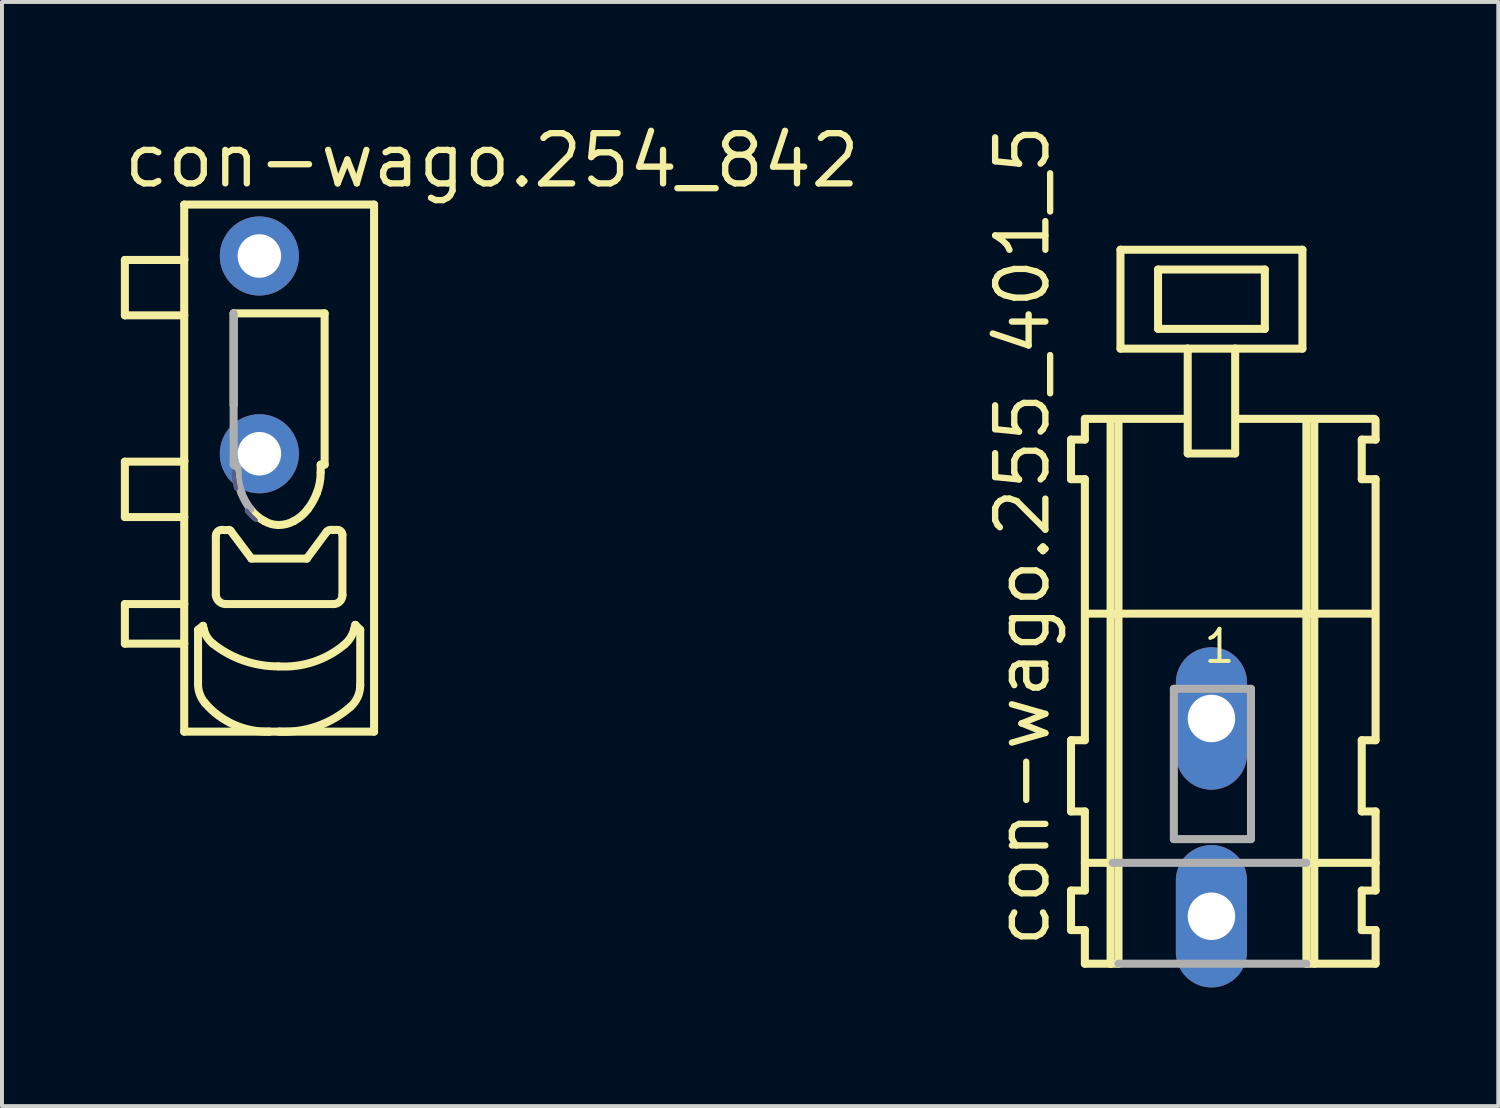
<source format=kicad_pcb>
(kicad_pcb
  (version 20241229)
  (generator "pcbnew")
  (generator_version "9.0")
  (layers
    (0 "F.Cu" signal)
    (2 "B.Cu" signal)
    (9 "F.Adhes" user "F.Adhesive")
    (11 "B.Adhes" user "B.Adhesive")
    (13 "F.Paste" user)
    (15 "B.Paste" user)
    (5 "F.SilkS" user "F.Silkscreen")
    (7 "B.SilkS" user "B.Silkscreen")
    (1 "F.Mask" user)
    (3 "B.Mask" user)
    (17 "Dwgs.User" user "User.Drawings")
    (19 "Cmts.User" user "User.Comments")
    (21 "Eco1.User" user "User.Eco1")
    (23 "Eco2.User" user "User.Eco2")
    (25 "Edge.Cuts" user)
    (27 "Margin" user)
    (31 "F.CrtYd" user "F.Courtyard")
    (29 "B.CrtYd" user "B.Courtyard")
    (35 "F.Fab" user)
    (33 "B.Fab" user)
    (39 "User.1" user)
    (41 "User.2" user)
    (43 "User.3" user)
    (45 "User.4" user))
  (footprint "con-wago.254_842"
    (layer "F.Cu")
    (at 3.507 5.922)
    (property "Reference" "con-wago.254_842" (at -3.507 -4.172 0) (layer "F.SilkS") (effects (font (size 1.27 1.27) (thickness 0.16)) (justify left bottom)))
    (attr through_hole)
    (fp_line (start -3.4 -2.4) (end -1.9 -2.4) (stroke (width 0.203) (type default)) (layer "F.SilkS"))
    (fp_line (start -3.4 -1) (end -3.4 -2.4) (stroke (width 0.203) (type default)) (layer "F.SilkS"))
    (fp_line (start -3.4 2.7) (end -1.925 2.7) (stroke (width 0.203) (type default)) (layer "F.SilkS"))
    (fp_line (start -3.4 4.1) (end -3.4 2.7) (stroke (width 0.203) (type default)) (layer "F.SilkS"))
    (fp_line (start -3.4 6.3) (end -1.9 6.3) (stroke (width 0.203) (type default)) (layer "F.SilkS"))
    (fp_line (start -3.4 7.3) (end -3.4 6.3) (stroke (width 0.203) (type default)) (layer "F.SilkS"))
    (fp_line (start -1.925 2.7) (end -1.9 2.7) (stroke (width 0.203) (type default)) (layer "F.SilkS"))
    (fp_line (start -1.9 -3.8) (end 2.9 -3.8) (stroke (width 0.203) (type default)) (layer "F.SilkS"))
    (fp_line (start -1.9 -2.425) (end -1.9 -3.8) (stroke (width 0.203) (type default)) (layer "F.SilkS"))
    (fp_line (start -1.9 -2.425) (end -1.9 -1) (stroke (width 0.203) (type default)) (layer "F.SilkS"))
    (fp_line (start -1.9 -2.4) (end -1.9 -2.425) (stroke (width 0.203) (type default)) (layer "F.SilkS"))
    (fp_line (start -1.9 -1) (end -3.4 -1) (stroke (width 0.203) (type default)) (layer "F.SilkS"))
    (fp_line (start -1.9 2.675) (end -1.9 -1) (stroke (width 0.203) (type default)) (layer "F.SilkS"))
    (fp_line (start -1.9 2.675) (end -1.9 4.1) (stroke (width 0.203) (type default)) (layer "F.SilkS"))
    (fp_line (start -1.9 2.7) (end -1.9 2.675) (stroke (width 0.203) (type default)) (layer "F.SilkS"))
    (fp_line (start -1.9 4.1) (end -3.4 4.1) (stroke (width 0.203) (type default)) (layer "F.SilkS"))
    (fp_line (start -1.9 6.3) (end -1.9 4.1) (stroke (width 0.203) (type default)) (layer "F.SilkS"))
    (fp_line (start -1.9 6.3) (end -1.9 7.3) (stroke (width 0.203) (type default)) (layer "F.SilkS"))
    (fp_line (start -1.9 7.3) (end -3.4 7.3) (stroke (width 0.203) (type default)) (layer "F.SilkS"))
    (fp_line (start -1.9 9.525) (end -1.9 7.3) (stroke (width 0.203) (type default)) (layer "F.SilkS"))
    (fp_line (start -1.55 6.95) (end -1.55 8.325) (stroke (width 0.203) (type default)) (layer "F.SilkS"))
    (fp_line (start -1.425 6.85) (end -1.55 6.95) (stroke (width 0.203) (type default)) (layer "F.SilkS"))
    (fp_line (start -1.425 6.85) (end -1.4 6.95) (stroke (width 0.203) (type default)) (layer "F.SilkS"))
    (fp_line (start -1.1 6.075) (end -1.1 4.575) (stroke (width 0.203) (type default)) (layer "F.SilkS"))
    (fp_line (start -0.725 4.45) (end -0.2 5.15) (stroke (width 0.203) (type default)) (layer "F.SilkS"))
    (fp_line (start -0.65 -1.05) (end -0.65 1.275) (stroke (width 0.203) (type default)) (layer "F.SilkS"))
    (fp_line (start -0.65 -1.05) (end 1.65 -1.05) (stroke (width 0.203) (type default)) (layer "F.SilkS"))
    (fp_line (start -0.2 5.15) (end 1.2 5.15) (stroke (width 0.203) (type default)) (layer "F.SilkS"))
    (fp_line (start 0.25 9.525) (end -1.9 9.525) (stroke (width 0.203) (type default)) (layer "F.SilkS"))
    (fp_line (start 0.5 9.525) (end 0.25 9.525) (stroke (width 0.203) (type default)) (layer "F.SilkS"))
    (fp_line (start 1.2 5.15) (end 1.7 4.475) (stroke (width 0.203) (type default)) (layer "F.SilkS"))
    (fp_line (start 1.55 2.775) (end 1.55 2.975) (stroke (width 0.203) (type default)) (layer "F.SilkS"))
    (fp_line (start 1.575 2.775) (end 1.55 2.775) (stroke (width 0.203) (type default)) (layer "F.SilkS"))
    (fp_line (start 1.65 -1.05) (end 1.65 2.775) (stroke (width 0.203) (type default)) (layer "F.SilkS"))
    (fp_line (start 1.65 2.775) (end 1.575 2.775) (stroke (width 0.203) (type default)) (layer "F.SilkS"))
    (fp_line (start 1.825 4.425) (end 1.975 4.425) (stroke (width 0.203) (type default)) (layer "F.SilkS"))
    (fp_line (start 1.875 6.3) (end -0.825 6.3) (stroke (width 0.203) (type default)) (layer "F.SilkS"))
    (fp_line (start 2.1 4.55) (end 2.1 6.075) (stroke (width 0.203) (type default)) (layer "F.SilkS"))
    (fp_line (start 2.425 6.825) (end 2.4 6.925) (stroke (width 0.203) (type default)) (layer "F.SilkS"))
    (fp_line (start 2.55 6.95) (end 2.425 6.825) (stroke (width 0.203) (type default)) (layer "F.SilkS"))
    (fp_line (start 2.55 6.95) (end 2.55 8.35) (stroke (width 0.203) (type default)) (layer "F.SilkS"))
    (fp_line (start 2.9 -3.8) (end 2.9 9.525) (stroke (width 0.203) (type default)) (layer "F.SilkS"))
    (fp_line (start 2.9 9.525) (end 0.5 9.525) (stroke (width 0.203) (type default)) (layer "F.SilkS"))
    (fp_arc (start -1.375 8.8) (mid -1.504861 8.578107) (end -1.55 8.325) (stroke (width 0.2032) (type default)) (layer "F.SilkS"))
    (fp_arc (start -1.175 7.3) (mid -1.316315 7.143524) (end -1.4 6.95) (stroke (width 0.2032) (type default)) (layer "F.SilkS"))
    (fp_arc (start -1.1 4.575) (mid -1.046995 4.459756) (end -0.925 4.425) (stroke (width 0.2032) (type default)) (layer "F.SilkS"))
    (fp_arc (start -0.825 6.3) (mid -1.00825 6.243416) (end -1.1 6.075) (stroke (width 0.2032) (type default)) (layer "F.SilkS"))
    (fp_arc (start -0.775 4.425) (mid -0.85 4.430766) (end -0.925 4.425) (stroke (width 0.2032) (type default)) (layer "F.SilkS"))
    (fp_arc (start -0.775 4.425) (mid -0.746022 4.429544) (end -0.725 4.45) (stroke (width 0.2032) (type default)) (layer "F.SilkS"))
    (fp_arc (start 0.125 4.2) (mid -0.066101 4.068784) (end -0.225 3.9) (stroke (width 0.2032) (type default)) (layer "F.SilkS"))
    (fp_arc (start 0.25 9.525) (mid -0.644536 9.346374) (end -1.375 8.8) (stroke (width 0.2032) (type default)) (layer "F.SilkS"))
    (fp_arc (start 0.475 4.3) (mid 0.293369 4.273208) (end 0.125 4.2) (stroke (width 0.2032) (type default)) (layer "F.SilkS"))
    (fp_arc (start 0.475 7.875) (mid -0.399013 7.728147) (end -1.175 7.3) (stroke (width 0.2032) (type default)) (layer "F.SilkS"))
    (fp_arc (start 0.875 4.2) (mid 0.681631 4.276523) (end 0.475 4.3) (stroke (width 0.2032) (type default)) (layer "F.SilkS"))
    (fp_arc (start 1.225 3.9) (mid 1.066101 4.068784) (end 0.875 4.2) (stroke (width 0.2032) (type default)) (layer "F.SilkS"))
    (fp_arc (start 1.45 3.5) (mid 1.351115 3.707658) (end 1.225 3.9) (stroke (width 0.2032) (type default)) (layer "F.SilkS"))
    (fp_arc (start 1.55 2.975) (mid 1.524778 3.24222) (end 1.45 3.5) (stroke (width 0.2032) (type default)) (layer "F.SilkS"))
    (fp_arc (start 1.7 4.475) (mid 1.755408 4.432271) (end 1.825 4.425) (stroke (width 0.2032) (type default)) (layer "F.SilkS"))
    (fp_arc (start 1.975 4.425) (mid 2.063388 4.461612) (end 2.1 4.55) (stroke (width 0.2032) (type default)) (layer "F.SilkS"))
    (fp_arc (start 2.1 6.075) (mid 2.034099 6.234099) (end 1.875 6.3) (stroke (width 0.2032) (type default)) (layer "F.SilkS"))
    (fp_arc (start 2.15 7.325) (mid 1.365581 7.761657) (end 0.475 7.875) (stroke (width 0.2032) (type default)) (layer "F.SilkS"))
    (fp_arc (start 2.3 8.9) (mid 1.46064 9.387143) (end 0.5 9.525) (stroke (width 0.2032) (type default)) (layer "F.SilkS"))
    (fp_arc (start 2.4 6.925) (mid 2.30662 7.144763) (end 2.15 7.325) (stroke (width 0.2032) (type default)) (layer "F.SilkS"))
    (fp_arc (start 2.55 8.35) (mid 2.484568 8.652076) (end 2.3 8.9) (stroke (width 0.2032) (type default)) (layer "F.SilkS"))
    (fp_line (start -0.649 2.955) (end -0.647 2.998) (stroke (width 0.1) (type default)) (layer "B.Fab"))
    (fp_line (start -0.647 2.998) (end -0.646 3.02) (stroke (width 0.1) (type default)) (layer "B.Fab"))
    (fp_line (start -0.646 3.02) (end -0.644 3.042) (stroke (width 0.1) (type default)) (layer "B.Fab"))
    (fp_line (start -0.644 3.042) (end -0.64 3.085) (stroke (width 0.1) (type default)) (layer "B.Fab"))
    (fp_line (start -0.64 3.085) (end -0.635 3.128) (stroke (width 0.1) (type default)) (layer "B.Fab"))
    (fp_line (start -0.635 3.128) (end -0.629 3.171) (stroke (width 0.1) (type default)) (layer "B.Fab"))
    (fp_line (start -0.629 3.171) (end -0.623 3.214) (stroke (width 0.1) (type default)) (layer "B.Fab"))
    (fp_line (start -0.623 3.214) (end -0.615 3.257) (stroke (width 0.1) (type default)) (layer "B.Fab"))
    (fp_line (start -0.615 3.257) (end -0.611 3.278) (stroke (width 0.1) (type default)) (layer "B.Fab"))
    (fp_line (start -0.611 3.278) (end -0.606 3.299) (stroke (width 0.1) (type default)) (layer "B.Fab"))
    (fp_line (start -0.606 3.299) (end -0.597 3.341) (stroke (width 0.1) (type default)) (layer "B.Fab"))
    (fp_line (start -0.597 3.341) (end -0.586 3.382) (stroke (width 0.1) (type default)) (layer "B.Fab"))
    (fp_line (start -0.325 3.935) (end -0.313 3.951) (stroke (width 0.1) (type default)) (layer "B.Fab"))
    (fp_line (start -0.313 3.951) (end -0.301 3.966) (stroke (width 0.1) (type default)) (layer "B.Fab"))
    (fp_line (start -0.301 3.966) (end -0.277 3.996) (stroke (width 0.1) (type default)) (layer "B.Fab"))
    (fp_line (start -0.277 3.996) (end -0.252 4.025) (stroke (width 0.1) (type default)) (layer "B.Fab"))
    (fp_line (start -0.252 4.025) (end -0.226 4.053) (stroke (width 0.1) (type default)) (layer "B.Fab"))
    (fp_line (start -0.226 4.053) (end -0.2 4.08) (stroke (width 0.1) (type default)) (layer "B.Fab"))
    (fp_line (start -0.2 4.08) (end -0.173 4.106) (stroke (width 0.1) (type default)) (layer "B.Fab"))
    (fp_line (start -0.173 4.106) (end -0.16 4.119) (stroke (width 0.1) (type default)) (layer "B.Fab"))
    (fp_line (start -0.16 4.119) (end -0.146 4.131) (stroke (width 0.1) (type default)) (layer "B.Fab"))
    (fp_line (start -0.146 4.131) (end -0.118 4.155) (stroke (width 0.1) (type default)) (layer "B.Fab"))
    (fp_line (start -0.118 4.155) (end -0.089 4.178) (stroke (width 0.1) (type default)) (layer "B.Fab"))
    (fp_line (start -0.65 -1.05) (end -0.65 2.775) (stroke (width 0.203) (type default)) (layer "F.Fab"))
    (fp_line (start -0.65 2.775) (end -0.575 2.775) (stroke (width 0.203) (type default)) (layer "F.Fab"))
    (fp_line (start -0.575 2.775) (end -0.55 2.775) (stroke (width 0.203) (type default)) (layer "F.Fab"))
    (fp_line (start -0.55 2.775) (end -0.55 2.975) (stroke (width 0.203) (type default)) (layer "F.Fab"))
    (fp_arc (start -0.45 3.5) (mid -0.524778 3.24222) (end -0.55 2.975) (stroke (width 0.2032) (type default)) (layer "F.Fab"))
    (fp_arc (start -0.225 3.9) (mid -0.351115 3.707658) (end -0.45 3.5) (stroke (width 0.2032) (type default)) (layer "F.Fab"))
    (pad "1@1" thru_hole circle (at 0 -2.5) (size 2 2) (drill 1.1) (layers "*.Cu" "*.Mask"))
    (pad "1@2" thru_hole circle (at 0 2.5) (size 2 2) (drill 1.1) (layers "*.Cu" "*.Mask")))
  (footprint "con-wago.255_401_5"
    (layer "F.Cu")
    (at 30.077 15.114)
    (property "Reference" "con-wago.255_401_5" (at -6.535 5.855 90) (layer "F.SilkS") (effects (font (size 1.27 1.27) (thickness 0.16)) (justify left bottom)))
    (attr through_hole)
    (fp_line (start -6.05 -7.05) (end -6.05 -6.05) (stroke (width 0.203) (type default)) (layer "F.SilkS"))
    (fp_line (start -6.05 -6.05) (end -5.7 -6.05) (stroke (width 0.203) (type default)) (layer "F.SilkS"))
    (fp_line (start -6.05 0.55) (end -6.05 2.35) (stroke (width 0.203) (type default)) (layer "F.SilkS"))
    (fp_line (start -6.05 2.35) (end -5.7 2.35) (stroke (width 0.203) (type default)) (layer "F.SilkS"))
    (fp_line (start -6.05 4.35) (end -6.05 5.35) (stroke (width 0.203) (type default)) (layer "F.SilkS"))
    (fp_line (start -6.05 5.35) (end -5.7 5.35) (stroke (width 0.203) (type default)) (layer "F.SilkS"))
    (fp_line (start -5.7 -7.575) (end -5.7 -7.05) (stroke (width 0.203) (type default)) (layer "F.SilkS"))
    (fp_line (start -5.7 -7.575) (end -3.125 -7.575) (stroke (width 0.203) (type default)) (layer "F.SilkS"))
    (fp_line (start -5.7 -7.05) (end -6.05 -7.05) (stroke (width 0.203) (type default)) (layer "F.SilkS"))
    (fp_line (start -5.7 -6.05) (end -5.7 0.55) (stroke (width 0.203) (type default)) (layer "F.SilkS"))
    (fp_line (start -5.7 0.55) (end -6.05 0.55) (stroke (width 0.203) (type default)) (layer "F.SilkS"))
    (fp_line (start -5.7 2.35) (end -5.7 4.35) (stroke (width 0.203) (type default)) (layer "F.SilkS"))
    (fp_line (start -5.7 3.65) (end -5 3.65) (stroke (width 0.203) (type default)) (layer "F.SilkS"))
    (fp_line (start -5.7 4.35) (end -6.05 4.35) (stroke (width 0.203) (type default)) (layer "F.SilkS"))
    (fp_line (start -5.7 5.35) (end -5.7 6.2) (stroke (width 0.203) (type default)) (layer "F.SilkS"))
    (fp_line (start -5.7 6.2) (end -5.05 6.2) (stroke (width 0.203) (type default)) (layer "F.SilkS"))
    (fp_line (start -5.65 -2.65) (end -0.1 -2.65) (stroke (width 0.203) (type default)) (layer "F.SilkS"))
    (fp_line (start -5.05 -7.55) (end -5.05 6.2) (stroke (width 0.203) (type default)) (layer "F.SilkS"))
    (fp_line (start -5.05 6.2) (end -4.85 6.2) (stroke (width 0.203) (type default)) (layer "F.SilkS"))
    (fp_line (start -4.85 -7.55) (end -4.85 6.2) (stroke (width 0.203) (type default)) (layer "F.SilkS"))
    (fp_line (start -4.8 -11.85) (end -4.8 -9.35) (stroke (width 0.203) (type default)) (layer "F.SilkS"))
    (fp_line (start -4.8 -9.35) (end -3.1 -9.35) (stroke (width 0.203) (type default)) (layer "F.SilkS"))
    (fp_line (start -3.85 -11.35) (end -3.85 -9.85) (stroke (width 0.203) (type default)) (layer "F.SilkS"))
    (fp_line (start -3.85 -9.85) (end -1.15 -9.85) (stroke (width 0.203) (type default)) (layer "F.SilkS"))
    (fp_line (start -3.1 -9.35) (end -3.1 -6.7) (stroke (width 0.203) (type default)) (layer "F.SilkS"))
    (fp_line (start -3.1 -9.35) (end -1.9 -9.35) (stroke (width 0.203) (type default)) (layer "F.SilkS"))
    (fp_line (start -3.1 -6.7) (end -1.9 -6.7) (stroke (width 0.203) (type default)) (layer "F.SilkS"))
    (fp_line (start -1.9 -9.35) (end -0.2 -9.35) (stroke (width 0.203) (type default)) (layer "F.SilkS"))
    (fp_line (start -1.9 -6.7) (end -1.9 -9.35) (stroke (width 0.203) (type default)) (layer "F.SilkS"))
    (fp_line (start -1.875 -7.575) (end 1.625 -7.575) (stroke (width 0.203) (type default)) (layer "F.SilkS"))
    (fp_line (start -1.15 -11.35) (end -3.85 -11.35) (stroke (width 0.203) (type default)) (layer "F.SilkS"))
    (fp_line (start -1.15 -9.85) (end -1.15 -11.35) (stroke (width 0.203) (type default)) (layer "F.SilkS"))
    (fp_line (start -0.2 -11.85) (end -4.8 -11.85) (stroke (width 0.203) (type default)) (layer "F.SilkS"))
    (fp_line (start -0.2 -9.35) (end -0.2 -11.85) (stroke (width 0.203) (type default)) (layer "F.SilkS"))
    (fp_line (start -0.1 -7.55) (end -0.1 -2.65) (stroke (width 0.203) (type default)) (layer "F.SilkS"))
    (fp_line (start -0.1 -2.65) (end -0.1 6.2) (stroke (width 0.203) (type default)) (layer "F.SilkS"))
    (fp_line (start -0.1 -2.65) (end 1.6 -2.65) (stroke (width 0.203) (type default)) (layer "F.SilkS"))
    (fp_line (start -0.1 6.2) (end 1.65 6.2) (stroke (width 0.203) (type default)) (layer "F.SilkS"))
    (fp_line (start -0.05 3.65) (end 1.65 3.65) (stroke (width 0.203) (type default)) (layer "F.SilkS"))
    (fp_line (start 0.1 -7.55) (end 0.1 6.2) (stroke (width 0.203) (type default)) (layer "F.SilkS"))
    (fp_line (start 1.3 -7.05) (end 1.3 -6.05) (stroke (width 0.203) (type default)) (layer "F.SilkS"))
    (fp_line (start 1.3 -6.05) (end 1.65 -6.05) (stroke (width 0.203) (type default)) (layer "F.SilkS"))
    (fp_line (start 1.3 0.55) (end 1.3 2.35) (stroke (width 0.203) (type default)) (layer "F.SilkS"))
    (fp_line (start 1.3 2.35) (end 1.65 2.35) (stroke (width 0.203) (type default)) (layer "F.SilkS"))
    (fp_line (start 1.3 4.35) (end 1.3 5.35) (stroke (width 0.203) (type default)) (layer "F.SilkS"))
    (fp_line (start 1.3 5.35) (end 1.65 5.35) (stroke (width 0.203) (type default)) (layer "F.SilkS"))
    (fp_line (start 1.65 -7.05) (end 1.3 -7.05) (stroke (width 0.203) (type default)) (layer "F.SilkS"))
    (fp_line (start 1.65 -7.05) (end 1.65 -7.55) (stroke (width 0.203) (type default)) (layer "F.SilkS"))
    (fp_line (start 1.65 0.55) (end 1.3 0.55) (stroke (width 0.203) (type default)) (layer "F.SilkS"))
    (fp_line (start 1.65 0.55) (end 1.65 -6.05) (stroke (width 0.203) (type default)) (layer "F.SilkS"))
    (fp_line (start 1.65 3.65) (end 1.65 2.35) (stroke (width 0.203) (type default)) (layer "F.SilkS"))
    (fp_line (start 1.65 4.35) (end 1.3 4.35) (stroke (width 0.203) (type default)) (layer "F.SilkS"))
    (fp_line (start 1.65 4.35) (end 1.65 3.65) (stroke (width 0.203) (type default)) (layer "F.SilkS"))
    (fp_line (start 1.65 6.2) (end 1.65 5.35) (stroke (width 0.203) (type default)) (layer "F.SilkS"))
    (fp_line (start -5 3.65) (end -0.1 3.65) (stroke (width 0.203) (type default)) (layer "F.Fab"))
    (fp_line (start -4.85 6.2) (end -0.1 6.2) (stroke (width 0.203) (type default)) (layer "F.Fab"))
    (fp_line (start -3.45 -0.75) (end -3.45 3.05) (stroke (width 0.203) (type default)) (layer "F.Fab"))
    (fp_line (start -3.45 3.05) (end -1.5 3.05) (stroke (width 0.203) (type default)) (layer "F.Fab"))
    (fp_line (start -1.5 -0.75) (end -3.45 -0.75) (stroke (width 0.203) (type default)) (layer "F.Fab"))
    (fp_line (start -1.5 3.05) (end -1.5 -0.75) (stroke (width 0.203) (type default)) (layer "F.Fab"))
    (fp_text user "1" (at -2.75 -1.35 0) (layer "F.SilkS") (effects (font (size 0.813 0.813) (thickness 0.1)) (justify left bottom)))
    (pad "A1" thru_hole oval (at -2.5 0 90) (size 3.6 1.8) (drill 1.2) (layers "*.Cu" "*.Mask"))
    (pad "B1" thru_hole oval (at -2.5 5 90) (size 3.6 1.8) (drill 1.2) (layers "*.Cu" "*.Mask")))
  (gr_rect
    (start -3 -3)
    (end 34.829 24.914)
    (stroke (width 0.1) (type default))
    (fill no)
    (layer "Edge.Cuts")))
</source>
